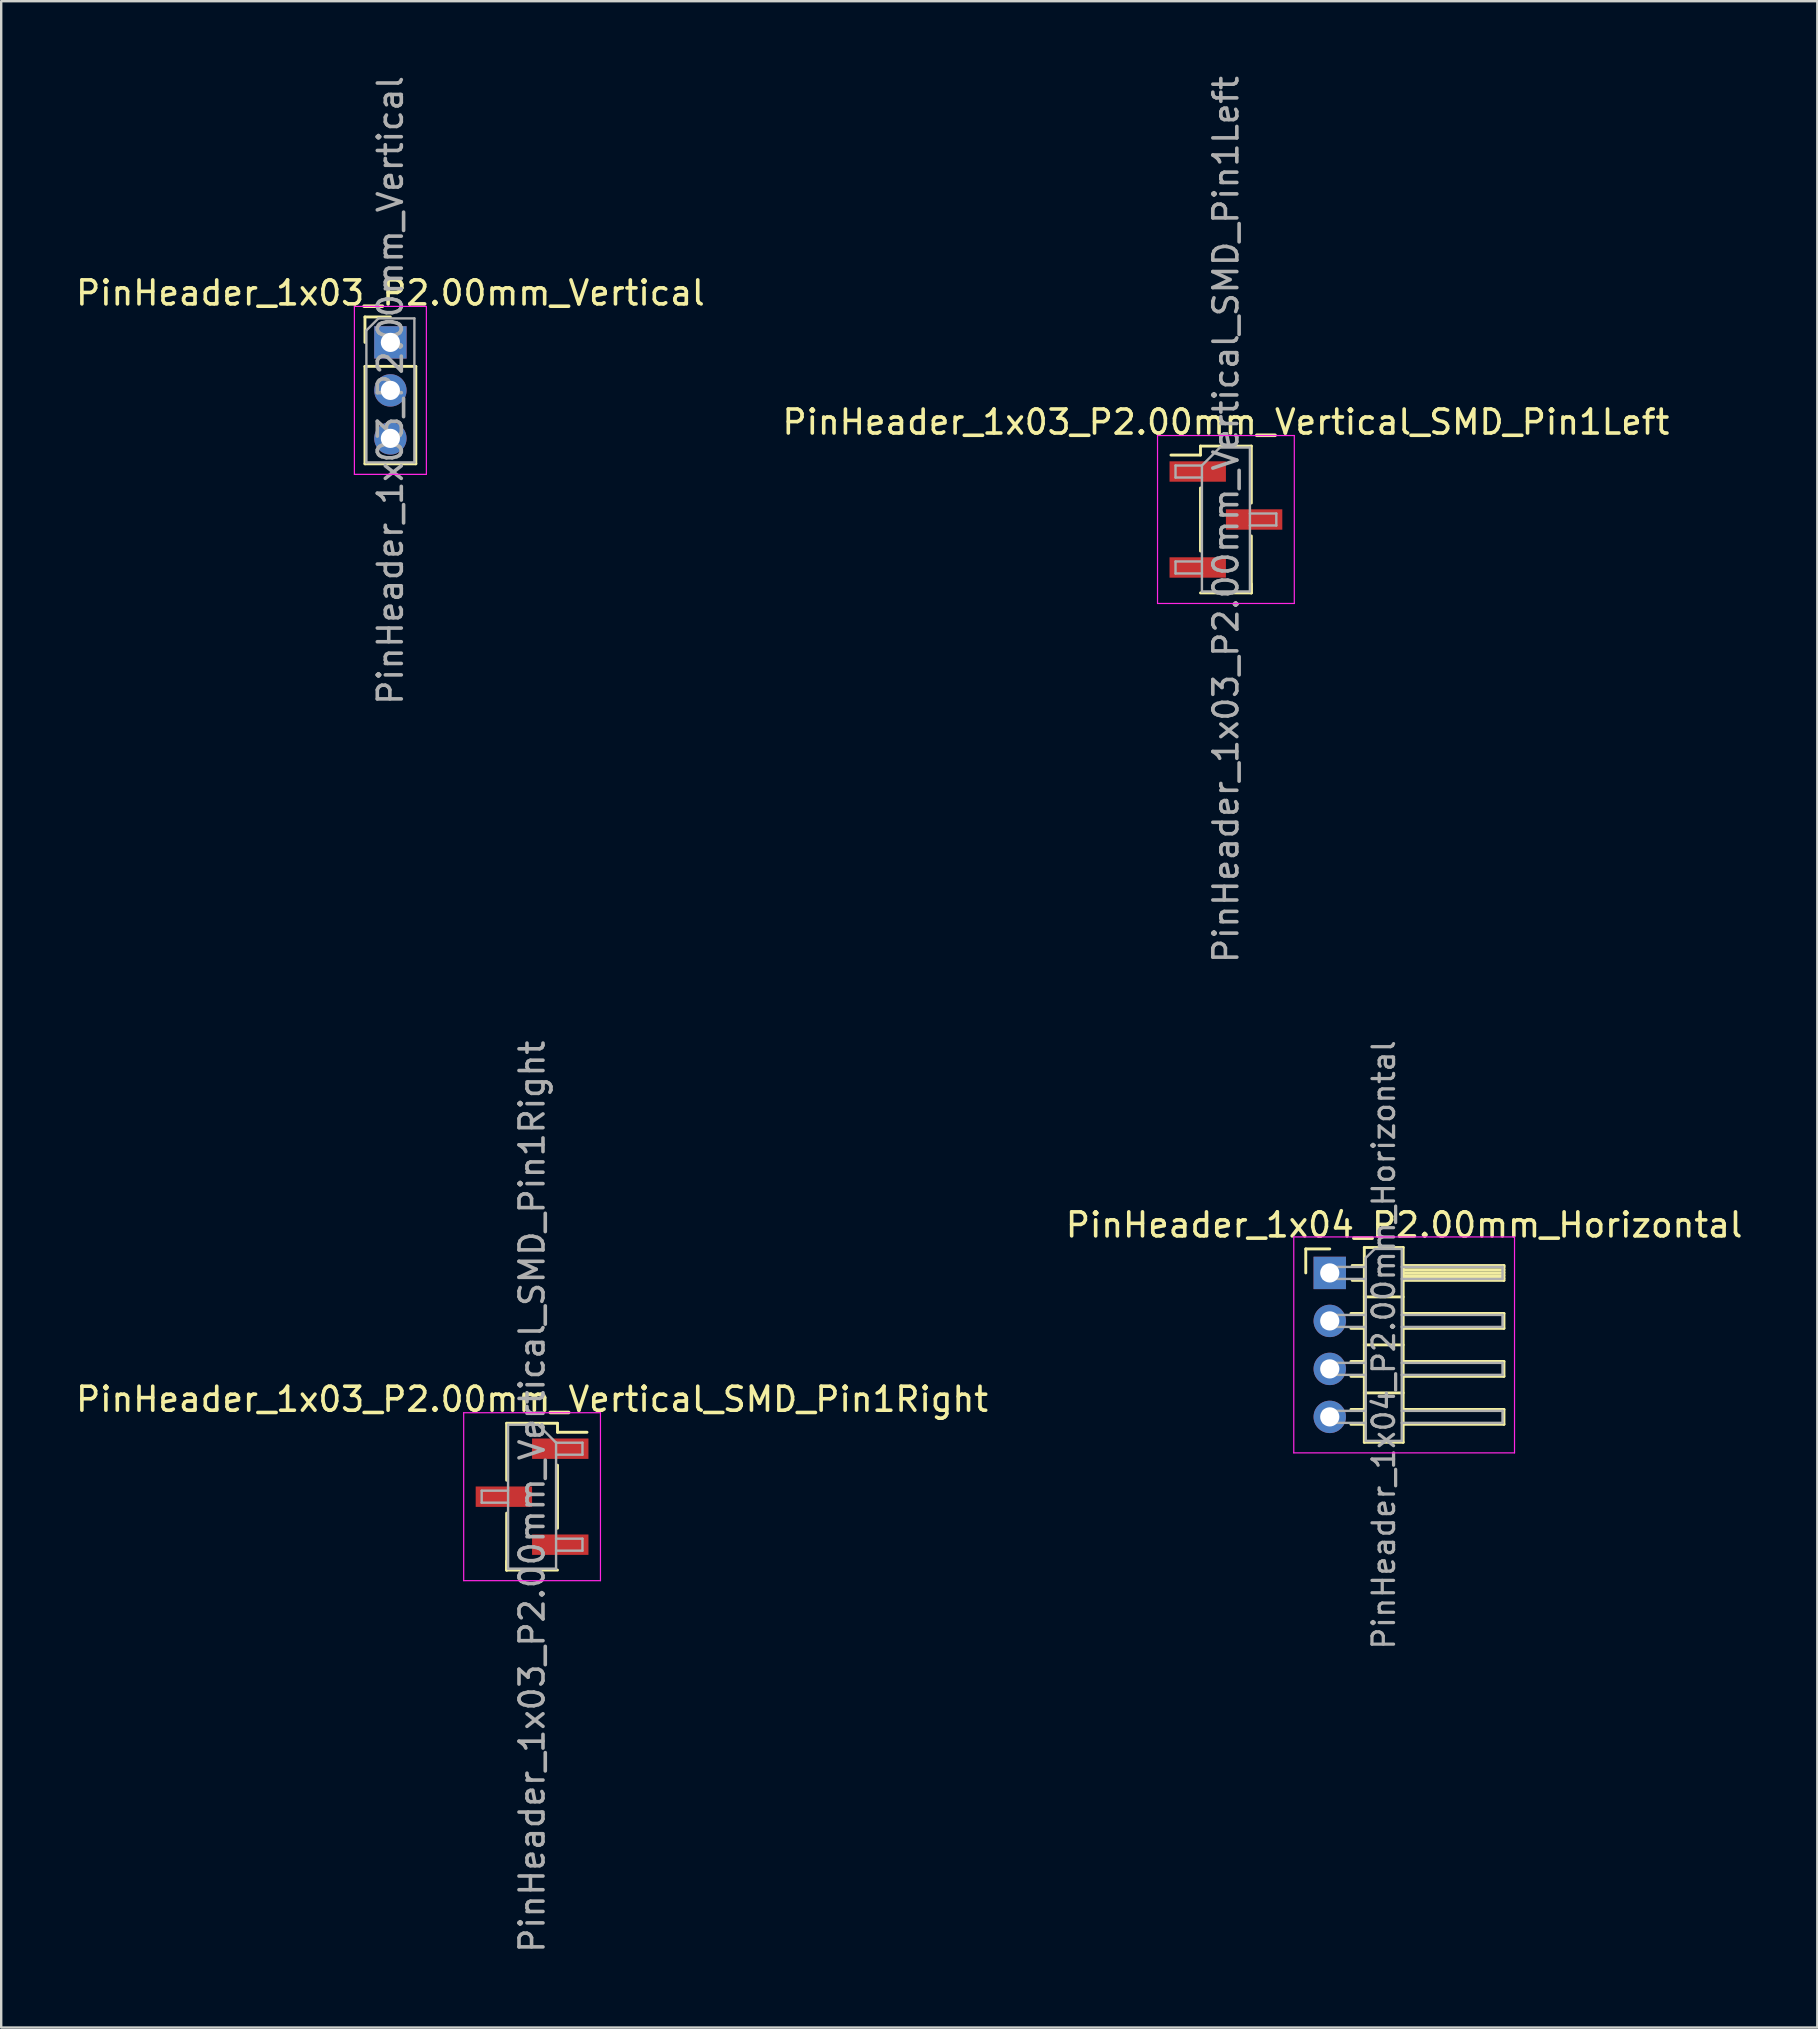
<source format=kicad_pcb>
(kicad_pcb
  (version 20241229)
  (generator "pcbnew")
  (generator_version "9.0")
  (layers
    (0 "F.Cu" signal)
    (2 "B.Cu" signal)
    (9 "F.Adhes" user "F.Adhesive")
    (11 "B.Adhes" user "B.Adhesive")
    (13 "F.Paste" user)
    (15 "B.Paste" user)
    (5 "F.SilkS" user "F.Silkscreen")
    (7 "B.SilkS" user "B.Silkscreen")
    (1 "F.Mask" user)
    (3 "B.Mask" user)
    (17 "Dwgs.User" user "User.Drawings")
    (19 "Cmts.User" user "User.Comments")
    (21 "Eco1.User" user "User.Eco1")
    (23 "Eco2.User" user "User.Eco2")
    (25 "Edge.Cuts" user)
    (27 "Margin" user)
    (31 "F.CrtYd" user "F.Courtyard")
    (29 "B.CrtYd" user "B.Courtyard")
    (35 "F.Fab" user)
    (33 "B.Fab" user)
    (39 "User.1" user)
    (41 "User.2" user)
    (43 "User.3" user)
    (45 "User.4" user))
  (footprint "PinHeader_1x03_P2.00mm_Vertical_SMD_Pin1Right"
    (layer "F.Cu")
    (at 19.125 59.327)
    (property "Reference" "PinHeader_1x03_P2.00mm_Vertical_SMD_Pin1Right" (at 0 -4.06 0) (layer "F.SilkS") (effects (font (size 1 1) (thickness 0.15))))
    (attr smd)
    (fp_line (start -1.06 -3.06) (end -1.06 -0.685) (stroke (width 0.12) (type solid)) (layer "F.SilkS"))
    (fp_line (start -1.06 -3.06) (end 1.06 -3.06) (stroke (width 0.12) (type solid)) (layer "F.SilkS"))
    (fp_line (start -1.06 0.685) (end -1.06 3.06) (stroke (width 0.12) (type solid)) (layer "F.SilkS"))
    (fp_line (start -1.06 2.685) (end -1.06 3.06) (stroke (width 0.12) (type solid)) (layer "F.SilkS"))
    (fp_line (start -1.06 3.06) (end 1.06 3.06) (stroke (width 0.12) (type solid)) (layer "F.SilkS"))
    (fp_line (start 1.06 -3.06) (end 1.06 -2.685) (stroke (width 0.12) (type solid)) (layer "F.SilkS"))
    (fp_line (start 1.06 -2.685) (end 2.29 -2.685) (stroke (width 0.12) (type solid)) (layer "F.SilkS"))
    (fp_line (start 1.06 -1.315) (end 1.06 1.315) (stroke (width 0.12) (type solid)) (layer "F.SilkS"))
    (fp_line (start -2.85 -3.5) (end -2.85 3.5) (stroke (width 0.05) (type solid)) (layer "F.CrtYd"))
    (fp_line (start -2.85 3.5) (end 2.85 3.5) (stroke (width 0.05) (type solid)) (layer "F.CrtYd"))
    (fp_line (start 2.85 -3.5) (end -2.85 -3.5) (stroke (width 0.05) (type solid)) (layer "F.CrtYd"))
    (fp_line (start 2.85 3.5) (end 2.85 -3.5) (stroke (width 0.05) (type solid)) (layer "F.CrtYd"))
    (fp_line (start -2.1 -0.25) (end -2.1 0.25) (stroke (width 0.1) (type solid)) (layer "F.Fab"))
    (fp_line (start -2.1 0.25) (end -1 0.25) (stroke (width 0.1) (type solid)) (layer "F.Fab"))
    (fp_line (start -1 -3) (end -1 3) (stroke (width 0.1) (type solid)) (layer "F.Fab"))
    (fp_line (start -1 -3) (end 0.25 -3) (stroke (width 0.1) (type solid)) (layer "F.Fab"))
    (fp_line (start -1 -0.25) (end -2.1 -0.25) (stroke (width 0.1) (type solid)) (layer "F.Fab"))
    (fp_line (start 1 -2.25) (end 0.25 -3) (stroke (width 0.1) (type solid)) (layer "F.Fab"))
    (fp_line (start 1 -2.25) (end 2.1 -2.25) (stroke (width 0.1) (type solid)) (layer "F.Fab"))
    (fp_line (start 1 1.75) (end 2.1 1.75) (stroke (width 0.1) (type solid)) (layer "F.Fab"))
    (fp_line (start 1 3) (end -1 3) (stroke (width 0.1) (type solid)) (layer "F.Fab"))
    (fp_line (start 1 3) (end 1 -2.25) (stroke (width 0.1) (type solid)) (layer "F.Fab"))
    (fp_line (start 2.1 -2.25) (end 2.1 -1.75) (stroke (width 0.1) (type solid)) (layer "F.Fab"))
    (fp_line (start 2.1 -1.75) (end 1 -1.75) (stroke (width 0.1) (type solid)) (layer "F.Fab"))
    (fp_line (start 2.1 1.75) (end 2.1 2.25) (stroke (width 0.1) (type solid)) (layer "F.Fab"))
    (fp_line (start 2.1 2.25) (end 1 2.25) (stroke (width 0.1) (type solid)) (layer "F.Fab"))
    (fp_text user "${REFERENCE}" (at 0 0 90) (layer "F.Fab") (effects (font (size 1 1) (thickness 0.15))))
    (pad "1" smd rect (at 1.175 -2) (size 2.35 0.85) (layers "F.Cu" "F.Mask" "F.Paste"))
    (pad "2" smd rect (at -1.175 0) (size 2.35 0.85) (layers "F.Cu" "F.Mask" "F.Paste"))
    (pad "3" smd rect (at 1.175 2) (size 2.35 0.85) (layers "F.Cu" "F.Mask" "F.Paste")))
  (footprint "PinHeader_1x04_P2.00mm_Horizontal"
    (layer "F.Cu")
    (at 52.37 50.001)
    (property "Reference" "PinHeader_1x04_P2.00mm_Horizontal" (at 3.1 -2 0) (layer "F.SilkS") (effects (font (size 1 1) (thickness 0.15))))
    (attr through_hole)
    (fp_line (start -1 -1) (end 0 -1) (stroke (width 0.12) (type solid)) (layer "F.SilkS"))
    (fp_line (start -1 0) (end -1 -1) (stroke (width 0.12) (type solid)) (layer "F.SilkS"))
    (fp_line (start 0.882 1.69) (end 1.44 1.69) (stroke (width 0.12) (type solid)) (layer "F.SilkS"))
    (fp_line (start 0.882 2.31) (end 1.44 2.31) (stroke (width 0.12) (type solid)) (layer "F.SilkS"))
    (fp_line (start 0.882 3.69) (end 1.44 3.69) (stroke (width 0.12) (type solid)) (layer "F.SilkS"))
    (fp_line (start 0.882 4.31) (end 1.44 4.31) (stroke (width 0.12) (type solid)) (layer "F.SilkS"))
    (fp_line (start 0.882 5.69) (end 1.44 5.69) (stroke (width 0.12) (type solid)) (layer "F.SilkS"))
    (fp_line (start 0.882 6.31) (end 1.44 6.31) (stroke (width 0.12) (type solid)) (layer "F.SilkS"))
    (fp_line (start 0.935 -0.31) (end 1.44 -0.31) (stroke (width 0.12) (type solid)) (layer "F.SilkS"))
    (fp_line (start 0.935 0.31) (end 1.44 0.31) (stroke (width 0.12) (type solid)) (layer "F.SilkS"))
    (fp_line (start 1.44 -1.06) (end 1.44 7.06) (stroke (width 0.12) (type solid)) (layer "F.SilkS"))
    (fp_line (start 1.44 1) (end 3.06 1) (stroke (width 0.12) (type solid)) (layer "F.SilkS"))
    (fp_line (start 1.44 3) (end 3.06 3) (stroke (width 0.12) (type solid)) (layer "F.SilkS"))
    (fp_line (start 1.44 5) (end 3.06 5) (stroke (width 0.12) (type solid)) (layer "F.SilkS"))
    (fp_line (start 1.44 7.06) (end 3.06 7.06) (stroke (width 0.12) (type solid)) (layer "F.SilkS"))
    (fp_line (start 3.06 -1.06) (end 1.44 -1.06) (stroke (width 0.12) (type solid)) (layer "F.SilkS"))
    (fp_line (start 3.06 -0.31) (end 7.26 -0.31) (stroke (width 0.12) (type solid)) (layer "F.SilkS"))
    (fp_line (start 3.06 -0.25) (end 7.26 -0.25) (stroke (width 0.12) (type solid)) (layer "F.SilkS"))
    (fp_line (start 3.06 -0.13) (end 7.26 -0.13) (stroke (width 0.12) (type solid)) (layer "F.SilkS"))
    (fp_line (start 3.06 -0.01) (end 7.26 -0.01) (stroke (width 0.12) (type solid)) (layer "F.SilkS"))
    (fp_line (start 3.06 0.11) (end 7.26 0.11) (stroke (width 0.12) (type solid)) (layer "F.SilkS"))
    (fp_line (start 3.06 0.23) (end 7.26 0.23) (stroke (width 0.12) (type solid)) (layer "F.SilkS"))
    (fp_line (start 3.06 1.69) (end 7.26 1.69) (stroke (width 0.12) (type solid)) (layer "F.SilkS"))
    (fp_line (start 3.06 3.69) (end 7.26 3.69) (stroke (width 0.12) (type solid)) (layer "F.SilkS"))
    (fp_line (start 3.06 5.69) (end 7.26 5.69) (stroke (width 0.12) (type solid)) (layer "F.SilkS"))
    (fp_line (start 3.06 7.06) (end 3.06 -1.06) (stroke (width 0.12) (type solid)) (layer "F.SilkS"))
    (fp_line (start 7.26 -0.31) (end 7.26 0.31) (stroke (width 0.12) (type solid)) (layer "F.SilkS"))
    (fp_line (start 7.26 0.31) (end 3.06 0.31) (stroke (width 0.12) (type solid)) (layer "F.SilkS"))
    (fp_line (start 7.26 1.69) (end 7.26 2.31) (stroke (width 0.12) (type solid)) (layer "F.SilkS"))
    (fp_line (start 7.26 2.31) (end 3.06 2.31) (stroke (width 0.12) (type solid)) (layer "F.SilkS"))
    (fp_line (start 7.26 3.69) (end 7.26 4.31) (stroke (width 0.12) (type solid)) (layer "F.SilkS"))
    (fp_line (start 7.26 4.31) (end 3.06 4.31) (stroke (width 0.12) (type solid)) (layer "F.SilkS"))
    (fp_line (start 7.26 5.69) (end 7.26 6.31) (stroke (width 0.12) (type solid)) (layer "F.SilkS"))
    (fp_line (start 7.26 6.31) (end 3.06 6.31) (stroke (width 0.12) (type solid)) (layer "F.SilkS"))
    (fp_line (start -1.5 -1.5) (end -1.5 7.5) (stroke (width 0.05) (type solid)) (layer "F.CrtYd"))
    (fp_line (start -1.5 7.5) (end 7.7 7.5) (stroke (width 0.05) (type solid)) (layer "F.CrtYd"))
    (fp_line (start 7.7 -1.5) (end -1.5 -1.5) (stroke (width 0.05) (type solid)) (layer "F.CrtYd"))
    (fp_line (start 7.7 7.5) (end 7.7 -1.5) (stroke (width 0.05) (type solid)) (layer "F.CrtYd"))
    (fp_line (start -0.25 -0.25) (end -0.25 0.25) (stroke (width 0.1) (type solid)) (layer "F.Fab"))
    (fp_line (start -0.25 -0.25) (end 1.5 -0.25) (stroke (width 0.1) (type solid)) (layer "F.Fab"))
    (fp_line (start -0.25 0.25) (end 1.5 0.25) (stroke (width 0.1) (type solid)) (layer "F.Fab"))
    (fp_line (start -0.25 1.75) (end -0.25 2.25) (stroke (width 0.1) (type solid)) (layer "F.Fab"))
    (fp_line (start -0.25 1.75) (end 1.5 1.75) (stroke (width 0.1) (type solid)) (layer "F.Fab"))
    (fp_line (start -0.25 2.25) (end 1.5 2.25) (stroke (width 0.1) (type solid)) (layer "F.Fab"))
    (fp_line (start -0.25 3.75) (end -0.25 4.25) (stroke (width 0.1) (type solid)) (layer "F.Fab"))
    (fp_line (start -0.25 3.75) (end 1.5 3.75) (stroke (width 0.1) (type solid)) (layer "F.Fab"))
    (fp_line (start -0.25 4.25) (end 1.5 4.25) (stroke (width 0.1) (type solid)) (layer "F.Fab"))
    (fp_line (start -0.25 5.75) (end -0.25 6.25) (stroke (width 0.1) (type solid)) (layer "F.Fab"))
    (fp_line (start -0.25 5.75) (end 1.5 5.75) (stroke (width 0.1) (type solid)) (layer "F.Fab"))
    (fp_line (start -0.25 6.25) (end 1.5 6.25) (stroke (width 0.1) (type solid)) (layer "F.Fab"))
    (fp_line (start 1.5 -0.625) (end 1.875 -1) (stroke (width 0.1) (type solid)) (layer "F.Fab"))
    (fp_line (start 1.5 7) (end 1.5 -0.625) (stroke (width 0.1) (type solid)) (layer "F.Fab"))
    (fp_line (start 1.875 -1) (end 3 -1) (stroke (width 0.1) (type solid)) (layer "F.Fab"))
    (fp_line (start 3 -1) (end 3 7) (stroke (width 0.1) (type solid)) (layer "F.Fab"))
    (fp_line (start 3 -0.25) (end 7.2 -0.25) (stroke (width 0.1) (type solid)) (layer "F.Fab"))
    (fp_line (start 3 0.25) (end 7.2 0.25) (stroke (width 0.1) (type solid)) (layer "F.Fab"))
    (fp_line (start 3 1.75) (end 7.2 1.75) (stroke (width 0.1) (type solid)) (layer "F.Fab"))
    (fp_line (start 3 2.25) (end 7.2 2.25) (stroke (width 0.1) (type solid)) (layer "F.Fab"))
    (fp_line (start 3 3.75) (end 7.2 3.75) (stroke (width 0.1) (type solid)) (layer "F.Fab"))
    (fp_line (start 3 4.25) (end 7.2 4.25) (stroke (width 0.1) (type solid)) (layer "F.Fab"))
    (fp_line (start 3 5.75) (end 7.2 5.75) (stroke (width 0.1) (type solid)) (layer "F.Fab"))
    (fp_line (start 3 6.25) (end 7.2 6.25) (stroke (width 0.1) (type solid)) (layer "F.Fab"))
    (fp_line (start 3 7) (end 1.5 7) (stroke (width 0.1) (type solid)) (layer "F.Fab"))
    (fp_line (start 7.2 -0.25) (end 7.2 0.25) (stroke (width 0.1) (type solid)) (layer "F.Fab"))
    (fp_line (start 7.2 1.75) (end 7.2 2.25) (stroke (width 0.1) (type solid)) (layer "F.Fab"))
    (fp_line (start 7.2 3.75) (end 7.2 4.25) (stroke (width 0.1) (type solid)) (layer "F.Fab"))
    (fp_line (start 7.2 5.75) (end 7.2 6.25) (stroke (width 0.1) (type solid)) (layer "F.Fab"))
    (fp_text user "${REFERENCE}" (at 2.25 3 90) (layer "F.Fab") (effects (font (size 0.9 0.9) (thickness 0.135))))
    (pad "1" thru_hole rect (at 0 0) (size 1.35 1.35) (drill 0.8) (layers "*.Cu" "*.Mask"))
    (pad "2" thru_hole oval (at 0 2) (size 1.35 1.35) (drill 0.8) (layers "*.Cu" "*.Mask"))
    (pad "3" thru_hole oval (at 0 4) (size 1.35 1.35) (drill 0.8) (layers "*.Cu" "*.Mask"))
    (pad "4" thru_hole oval (at 0 6) (size 1.35 1.35) (drill 0.8) (layers "*.Cu" "*.Mask")))
  (footprint "PinHeader_1x03_P2.00mm_Vertical_SMD_Pin1Left"
    (layer "F.Cu")
    (at 48.042 18.601)
    (property "Reference" "PinHeader_1x03_P2.00mm_Vertical_SMD_Pin1Left" (at 0 -4.06 0) (layer "F.SilkS") (effects (font (size 1 1) (thickness 0.15))))
    (attr smd)
    (fp_line (start -1.06 -3.06) (end -1.06 -2.685) (stroke (width 0.12) (type solid)) (layer "F.SilkS"))
    (fp_line (start -1.06 -3.06) (end 1.06 -3.06) (stroke (width 0.12) (type solid)) (layer "F.SilkS"))
    (fp_line (start -1.06 -2.685) (end -2.29 -2.685) (stroke (width 0.12) (type solid)) (layer "F.SilkS"))
    (fp_line (start -1.06 -1.315) (end -1.06 1.315) (stroke (width 0.12) (type solid)) (layer "F.SilkS"))
    (fp_line (start -1.06 3.06) (end 1.06 3.06) (stroke (width 0.12) (type solid)) (layer "F.SilkS"))
    (fp_line (start 1.06 -3.06) (end 1.06 -0.685) (stroke (width 0.12) (type solid)) (layer "F.SilkS"))
    (fp_line (start 1.06 0.685) (end 1.06 3.06) (stroke (width 0.12) (type solid)) (layer "F.SilkS"))
    (fp_line (start 1.06 2.685) (end 1.06 3.06) (stroke (width 0.12) (type solid)) (layer "F.SilkS"))
    (fp_line (start -2.85 -3.5) (end -2.85 3.5) (stroke (width 0.05) (type solid)) (layer "F.CrtYd"))
    (fp_line (start -2.85 3.5) (end 2.85 3.5) (stroke (width 0.05) (type solid)) (layer "F.CrtYd"))
    (fp_line (start 2.85 -3.5) (end -2.85 -3.5) (stroke (width 0.05) (type solid)) (layer "F.CrtYd"))
    (fp_line (start 2.85 3.5) (end 2.85 -3.5) (stroke (width 0.05) (type solid)) (layer "F.CrtYd"))
    (fp_line (start -2.1 -2.25) (end -2.1 -1.75) (stroke (width 0.1) (type solid)) (layer "F.Fab"))
    (fp_line (start -2.1 -1.75) (end -1 -1.75) (stroke (width 0.1) (type solid)) (layer "F.Fab"))
    (fp_line (start -2.1 1.75) (end -2.1 2.25) (stroke (width 0.1) (type solid)) (layer "F.Fab"))
    (fp_line (start -2.1 2.25) (end -1 2.25) (stroke (width 0.1) (type solid)) (layer "F.Fab"))
    (fp_line (start -1 -2.25) (end -2.1 -2.25) (stroke (width 0.1) (type solid)) (layer "F.Fab"))
    (fp_line (start -1 -2.25) (end -0.25 -3) (stroke (width 0.1) (type solid)) (layer "F.Fab"))
    (fp_line (start -1 1.75) (end -2.1 1.75) (stroke (width 0.1) (type solid)) (layer "F.Fab"))
    (fp_line (start -1 3) (end -1 -2.25) (stroke (width 0.1) (type solid)) (layer "F.Fab"))
    (fp_line (start -0.25 -3) (end 1 -3) (stroke (width 0.1) (type solid)) (layer "F.Fab"))
    (fp_line (start 1 -3) (end 1 3) (stroke (width 0.1) (type solid)) (layer "F.Fab"))
    (fp_line (start 1 -0.25) (end 2.1 -0.25) (stroke (width 0.1) (type solid)) (layer "F.Fab"))
    (fp_line (start 1 3) (end -1 3) (stroke (width 0.1) (type solid)) (layer "F.Fab"))
    (fp_line (start 2.1 -0.25) (end 2.1 0.25) (stroke (width 0.1) (type solid)) (layer "F.Fab"))
    (fp_line (start 2.1 0.25) (end 1 0.25) (stroke (width 0.1) (type solid)) (layer "F.Fab"))
    (fp_text user "${REFERENCE}" (at 0 0 90) (layer "F.Fab") (effects (font (size 1 1) (thickness 0.15))))
    (pad "1" smd rect (at -1.175 -2) (size 2.35 0.85) (layers "F.Cu" "F.Mask" "F.Paste"))
    (pad "2" smd rect (at 1.175 0) (size 2.35 0.85) (layers "F.Cu" "F.Mask" "F.Paste"))
    (pad "3" smd rect (at -1.175 2) (size 2.35 0.85) (layers "F.Cu" "F.Mask" "F.Paste")))
  (footprint "PinHeader_1x03_P2.00mm_Vertical"
    (layer "F.Cu")
    (at 13.22 11.22)
    (property "Reference" "PinHeader_1x03_P2.00mm_Vertical" (at 0 -2.06 0) (layer "F.SilkS") (effects (font (size 1 1) (thickness 0.15))))
    (attr through_hole)
    (fp_line (start -1.06 -1.06) (end 0 -1.06) (stroke (width 0.12) (type solid)) (layer "F.SilkS"))
    (fp_line (start -1.06 0) (end -1.06 -1.06) (stroke (width 0.12) (type solid)) (layer "F.SilkS"))
    (fp_line (start -1.06 1) (end -1.06 5.06) (stroke (width 0.12) (type solid)) (layer "F.SilkS"))
    (fp_line (start -1.06 1) (end 1.06 1) (stroke (width 0.12) (type solid)) (layer "F.SilkS"))
    (fp_line (start -1.06 5.06) (end 1.06 5.06) (stroke (width 0.12) (type solid)) (layer "F.SilkS"))
    (fp_line (start 1.06 1) (end 1.06 5.06) (stroke (width 0.12) (type solid)) (layer "F.SilkS"))
    (fp_line (start -1.5 -1.5) (end -1.5 5.5) (stroke (width 0.05) (type solid)) (layer "F.CrtYd"))
    (fp_line (start -1.5 5.5) (end 1.5 5.5) (stroke (width 0.05) (type solid)) (layer "F.CrtYd"))
    (fp_line (start 1.5 -1.5) (end -1.5 -1.5) (stroke (width 0.05) (type solid)) (layer "F.CrtYd"))
    (fp_line (start 1.5 5.5) (end 1.5 -1.5) (stroke (width 0.05) (type solid)) (layer "F.CrtYd"))
    (fp_line (start -1 -0.5) (end -0.5 -1) (stroke (width 0.1) (type solid)) (layer "F.Fab"))
    (fp_line (start -1 5) (end -1 -0.5) (stroke (width 0.1) (type solid)) (layer "F.Fab"))
    (fp_line (start -0.5 -1) (end 1 -1) (stroke (width 0.1) (type solid)) (layer "F.Fab"))
    (fp_line (start 1 -1) (end 1 5) (stroke (width 0.1) (type solid)) (layer "F.Fab"))
    (fp_line (start 1 5) (end -1 5) (stroke (width 0.1) (type solid)) (layer "F.Fab"))
    (fp_text user "${REFERENCE}" (at 0 2 90) (layer "F.Fab") (effects (font (size 1 1) (thickness 0.15))))
    (pad "1" thru_hole rect (at 0 0) (size 1.35 1.35) (drill 0.8) (layers "*.Cu" "*.Mask"))
    (pad "2" thru_hole oval (at 0 2) (size 1.35 1.35) (drill 0.8) (layers "*.Cu" "*.Mask"))
    (pad "3" thru_hole oval (at 0 4) (size 1.35 1.35) (drill 0.8) (layers "*.Cu" "*.Mask")))
  (gr_rect
    (start -3 -3)
    (end 72.69 81.452)
    (stroke (width 0.1) (type default))
    (fill no)
    (layer "Edge.Cuts")))
</source>
